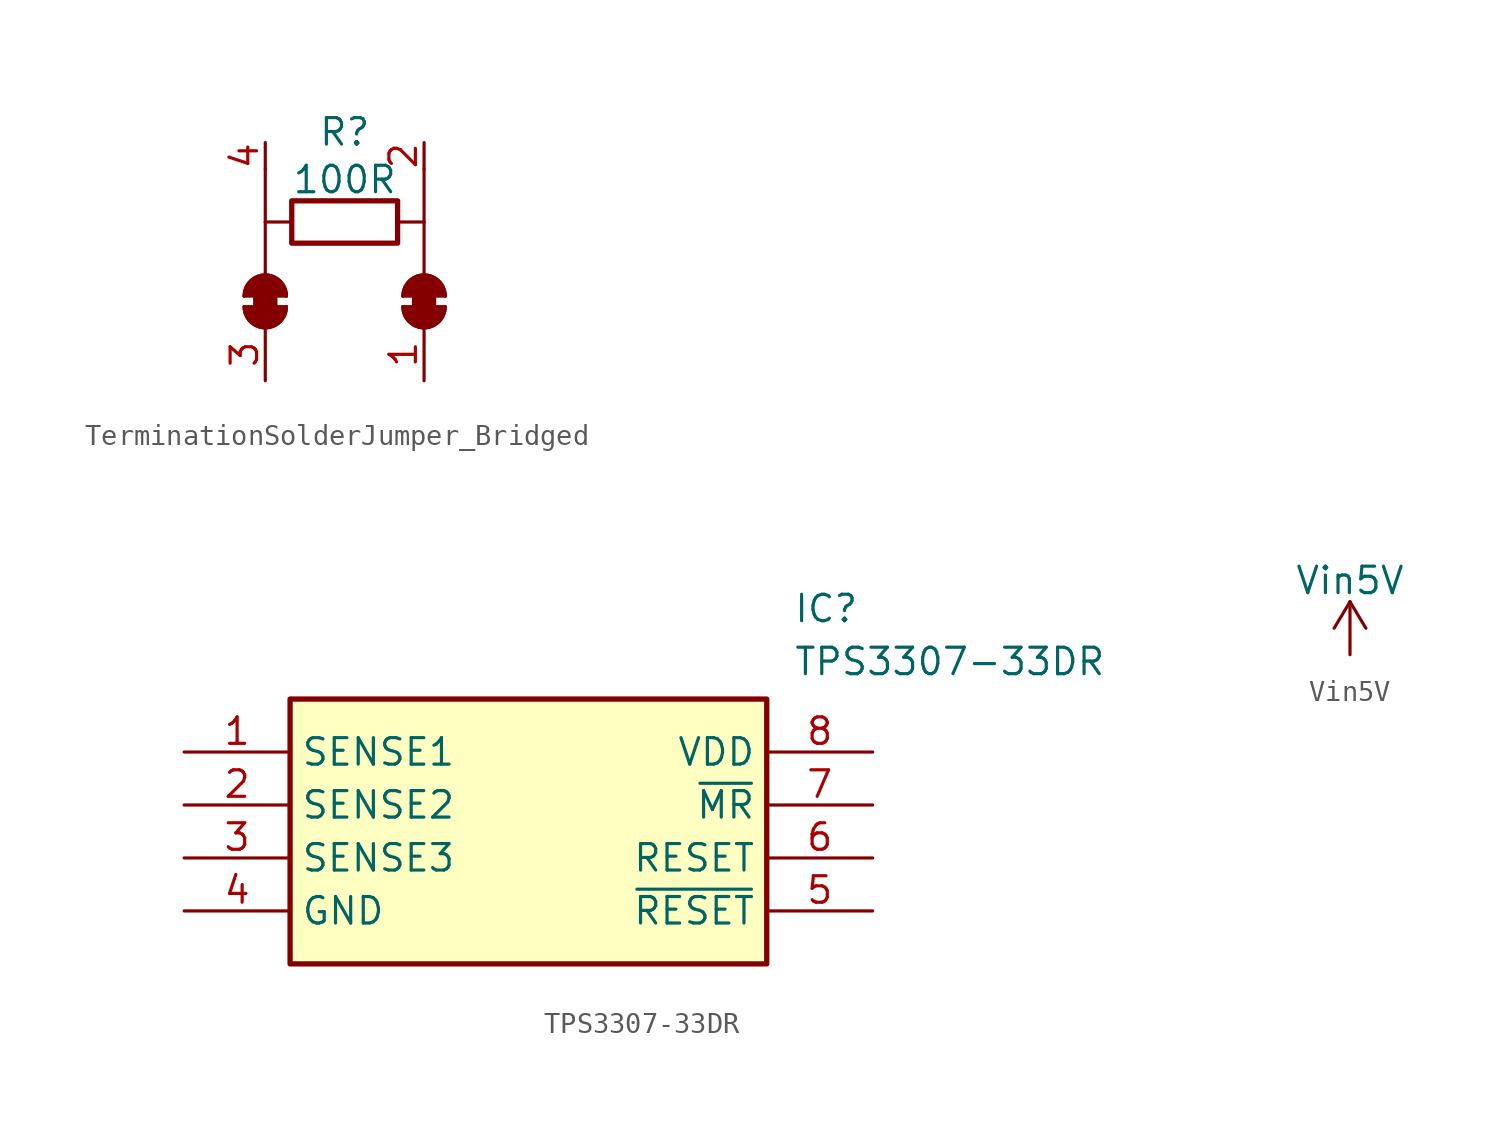
<source format=kicad_sym>
(kicad_symbol_lib
  (version 20231120)
  (generator "kicad_symbol_editor")
  (generator_version "8.0")
  (symbol "TerminationSolderJumper_Bridged"
    (pin_names
      (offset 0) hide)
    (property "Reference" "R"
      (at 0 4.318 0)
      (effects (font (size 1.27 1.27))))
    (property "Value" "100R"
      (at 0 2.032 0)
      (effects (font (size 1.27 1.27))))
    (symbol "TerminationSolderJumper_Bridged_0_1"
      (arc (start -4.826 -4.064) (mid -3.81 -5.0756) (end -2.794 -4.064) (stroke (width 0) (type default)) (fill (type none)))
      (arc (start -4.826 -4.064) (mid -3.81 -5.0756) (end -2.794 -4.064) (stroke (width 0) (type default)) (fill (type outline)))
      (rectangle (start -4.318 -4.318) (end -3.302 -3.302) (stroke (width 0) (type default)) (fill (type outline)))
      (arc (start -2.794 -3.556) (mid -3.81 -2.5444) (end -4.826 -3.556) (stroke (width 0) (type default)) (fill (type none)))
      (arc (start -2.794 -3.556) (mid -3.81 -2.5444) (end -4.826 -3.556) (stroke (width 0) (type default)) (fill (type outline)))
      (polyline (pts (xy -4.826 -4.064) (xy -2.794 -4.064)) (stroke (width 0) (type default)) (fill (type none)))
      (polyline (pts (xy -4.826 -3.556) (xy -2.794 -3.556)) (stroke (width 0) (type default)) (fill (type none)))
      (polyline (pts (xy -3.81 -2.54) (xy -3.81 0)) (stroke (width 0) (type default)) (fill (type none)))
      (polyline (pts (xy -3.81 0) (xy -2.54 0)) (stroke (width 0) (type default)) (fill (type none)))
      (polyline (pts (xy -3.81 2.54) (xy -3.81 0)) (stroke (width 0) (type default)) (fill (type none)))
      (polyline (pts (xy 2.794 -4.064) (xy 4.826 -4.064)) (stroke (width 0) (type default)) (fill (type none)))
      (polyline (pts (xy 2.794 -3.556) (xy 4.826 -3.556)) (stroke (width 0) (type default)) (fill (type none)))
      (polyline (pts (xy 3.81 -2.54) (xy 3.81 0)) (stroke (width 0) (type default)) (fill (type none)))
      (polyline (pts (xy 3.81 0) (xy 2.54 0)) (stroke (width 0) (type default)) (fill (type none)))
      (polyline (pts (xy 3.81 2.54) (xy 3.81 0)) (stroke (width 0) (type default)) (fill (type none)))
      (rectangle (start 2.54 -1.016) (end -2.54 1.016) (stroke (width 0.254) (type default)) (fill (type none)))
      (arc (start 2.794 -4.064) (mid 3.81 -5.0756) (end 4.826 -4.064) (stroke (width 0) (type default)) (fill (type none)))
      (arc (start 2.794 -4.064) (mid 3.81 -5.0756) (end 4.826 -4.064) (stroke (width 0) (type default)) (fill (type outline)))
      (rectangle (start 3.302 -4.318) (end 4.318 -3.302) (stroke (width 0) (type default)) (fill (type outline)))
      (arc (start 4.826 -3.556) (mid 3.81 -2.5444) (end 2.794 -3.556) (stroke (width 0) (type default)) (fill (type none)))
      (arc (start 4.826 -3.556) (mid 3.81 -2.5444) (end 2.794 -3.556) (stroke (width 0) (type default)) (fill (type outline))))
    (symbol "TerminationSolderJumper_Bridged_1_1"
      (pin passive line (at 3.81 -7.62 90) (length 2.54) (name "A" (effects (font (size 1.27 1.27)))) (number "1" (effects (font (size 1.27 1.27)))))
      (pin passive line (at 3.81 3.81 270) (length 1.27) (name "~" (effects (font (size 1.27 1.27)))) (number "2" (effects (font (size 1.27 1.27)))))
      (pin passive line (at -3.81 -7.62 90) (length 2.54) (name "A" (effects (font (size 1.27 1.27)))) (number "3" (effects (font (size 1.27 1.27)))))
      (pin passive line (at -3.81 3.81 270) (length 1.27) (name "~" (effects (font (size 1.27 1.27)))) (number "4" (effects (font (size 1.27 1.27)))))))
  (symbol "TPS3307-33DR"
    (property "Reference" "IC"
      (at 29.21 7.62 0)
      (effects (font (size 1.27 1.27)) (justify left top)))
    (property "Value" "TPS3307-33DR"
      (at 29.21 5.08 0)
      (effects (font (size 1.27 1.27)) (justify left top)))
    (symbol "TPS3307-33DR_1_1"
      (rectangle (start 5.08 2.54) (end 27.94 -10.16) (stroke (width 0.254) (type default)) (fill (type background)))
      (pin passive line (at 0 0 0) (length 5.08) (name "SENSE1" (effects (font (size 1.27 1.27)))) (number "1" (effects (font (size 1.27 1.27)))))
      (pin passive line (at 0 -2.54 0) (length 5.08) (name "SENSE2" (effects (font (size 1.27 1.27)))) (number "2" (effects (font (size 1.27 1.27)))))
      (pin passive line (at 0 -5.08 0) (length 5.08) (name "SENSE3" (effects (font (size 1.27 1.27)))) (number "3" (effects (font (size 1.27 1.27)))))
      (pin passive line (at 0 -7.62 0) (length 5.08) (name "GND" (effects (font (size 1.27 1.27)))) (number "4" (effects (font (size 1.27 1.27)))))
      (pin passive line (at 33.02 -7.62 180) (length 5.08) (name "~{RESET}" (effects (font (size 1.27 1.27)))) (number "5" (effects (font (size 1.27 1.27)))))
      (pin passive line (at 33.02 -5.08 180) (length 5.08) (name "RESET" (effects (font (size 1.27 1.27)))) (number "6" (effects (font (size 1.27 1.27)))))
      (pin passive line (at 33.02 -2.54 180) (length 5.08) (name "~{MR}" (effects (font (size 1.27 1.27)))) (number "7" (effects (font (size 1.27 1.27)))))
      (pin passive line (at 33.02 0 180) (length 5.08) (name "VDD" (effects (font (size 1.27 1.27)))) (number "8" (effects (font (size 1.27 1.27)))))))
  (symbol "Vin5V"
    (power)
    (pin_names
      (offset 0))
    (property "Reference" "#PWR"
      (at 0 -3.81 0)
      (effects (font (size 1.27 1.27)) (hide yes)))
    (property "Value" "Vin5V"
      (at 0 3.556 0)
      (effects (font (size 1.27 1.27))))
    (symbol "Vin5V_0_1"
      (polyline (pts (xy -0.762 1.27) (xy 0 2.54)) (stroke (width 0) (type default)) (fill (type none)))
      (polyline (pts (xy 0 0) (xy 0 2.54)) (stroke (width 0) (type default)) (fill (type none)))
      (polyline (pts (xy 0 2.54) (xy 0.762 1.27)) (stroke (width 0) (type default)) (fill (type none))))
    (symbol "Vin5V_1_1"
      (pin power_in line (at 0 0 90) (length 0) hide (name "+5V" (effects (font (size 1.27 1.27)))) (number "1" (effects (font (size 1.27 1.27))))))))
</source>
